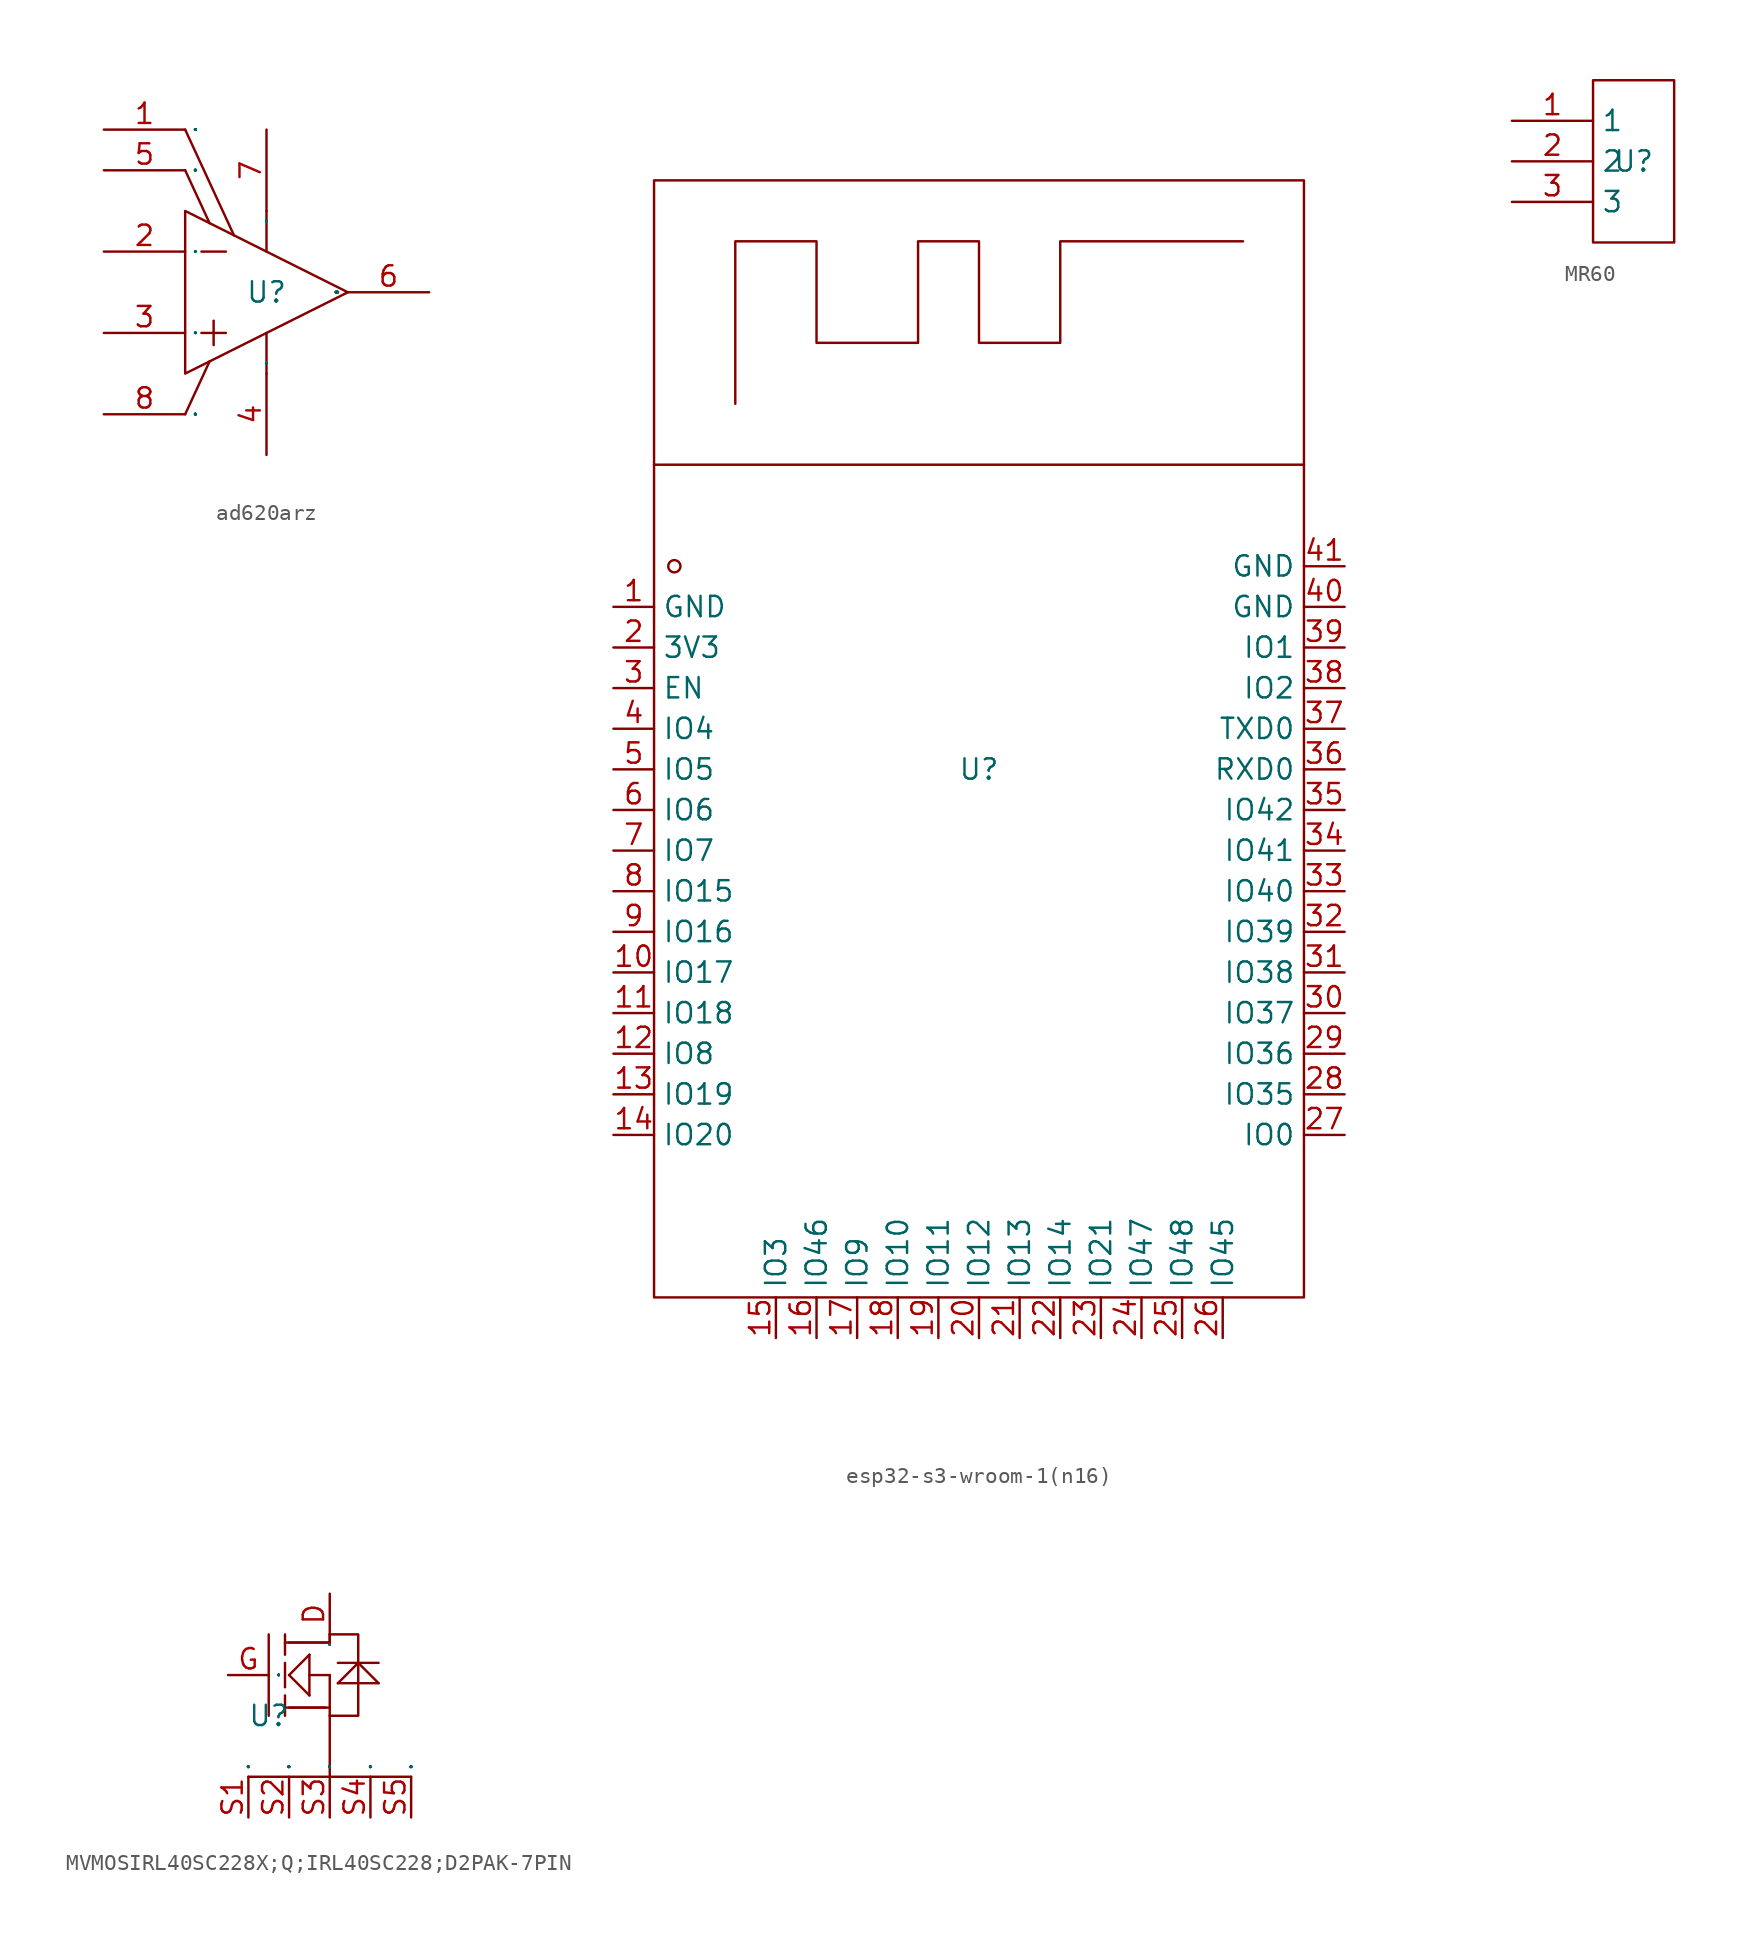
<source format=kicad_sym>
(kicad_symbol_lib
  (version 20231120)
  (generator "kicad_symbol_editor")
  (generator_version "8.0")
  (symbol "ad620arz"
    (property "Reference" "U"
      (at 0 0 0)
      (effects (font (size 1.27 1.27))))
    (property "Value" ""
      (at 0 0 0)
      (effects (font (size 1.27 1.27))))
    (symbol "ad620arz_1_0"
      (polyline (pts (xy -4.064 -2.54) (xy -2.54 -2.54)) (stroke (width 0) (type default)) (fill (type none)))
      (polyline (pts (xy -4.064 2.54) (xy -2.54 2.54)) (stroke (width 0) (type default)) (fill (type none)))
      (polyline (pts (xy -3.556 -4.318) (xy -5.08 -7.62)) (stroke (width 0) (type default)) (fill (type none)))
      (polyline (pts (xy -3.556 4.318) (xy -5.08 7.62)) (stroke (width 0) (type default)) (fill (type none)))
      (polyline (pts (xy -3.302 -1.778) (xy -3.302 -3.302)) (stroke (width 0) (type default)) (fill (type none)))
      (polyline (pts (xy -2.032 3.556) (xy -5.08 10.16)) (stroke (width 0) (type default)) (fill (type none)))
      (polyline (pts (xy 0 -2.54) (xy 0 -5.08)) (stroke (width 0) (type default)) (fill (type none)))
      (polyline (pts (xy 0 5.08) (xy 0 2.54)) (stroke (width 0) (type default)) (fill (type none)))
      (polyline (pts (xy -5.08 -5.08) (xy 5.08 0) (xy 5.08 0) (xy -5.08 5.08) (xy -5.08 5.08) (xy -5.08 -5.08)) (stroke (width 0) (type default)) (fill (type none)))
      (pin unspecified line (at -10.16 10.16 0) (length 5.08) (name "RG" (effects (font (size 0.025 0.025)))) (number "1" (effects (font (size 1.27 1.27)))))
      (pin unspecified line (at -10.16 2.54 0) (length 5.08) (name "IN-" (effects (font (size 0.025 0.025)))) (number "2" (effects (font (size 1.27 1.27)))))
      (pin unspecified line (at -10.16 -2.54 0) (length 5.08) (name "IN+" (effects (font (size 0.025 0.025)))) (number "3" (effects (font (size 1.27 1.27)))))
      (pin unspecified line (at 0 -10.16 90) (length 5.08) (name "–VS" (effects (font (size 0.025 0.025)))) (number "4" (effects (font (size 1.27 1.27)))))
      (pin unspecified line (at -10.16 7.62 0) (length 5.08) (name "REF" (effects (font (size 0.025 0.025)))) (number "5" (effects (font (size 1.27 1.27)))))
      (pin output line (at 10.16 0 180) (length 5.08) (name "OUTPUT" (effects (font (size 0.025 0.025)))) (number "6" (effects (font (size 1.27 1.27)))))
      (pin unspecified line (at 0 10.16 270) (length 5.08) (name "+VS" (effects (font (size 0.025 0.025)))) (number "7" (effects (font (size 1.27 1.27)))))
      (pin unspecified line (at -10.16 -7.62 0) (length 5.08) (name "RG" (effects (font (size 0.025 0.025)))) (number "8" (effects (font (size 1.27 1.27)))))))
  (symbol "esp32-s3-wroom-1(n16)"
    (property "Reference" "U"
      (at 0 0 0)
      (effects (font (size 1.27 1.27))))
    (property "Value" ""
      (at 0 0 0)
      (effects (font (size 1.27 1.27))))
    (symbol "esp32-s3-wroom-1(n16)_1_0"
      (rectangle (start -20.32 -33.02) (end 20.32 36.83) (stroke (width 0) (type default)) (fill (type none)))
      (circle (center -19.05 12.7) (radius 0.381) (stroke (width 0) (type default)) (fill (type none)))
      (polyline (pts (xy 20.32 19.05) (xy -20.32 19.05)) (stroke (width 0) (type default)) (fill (type none)))
      (polyline (pts (xy -15.24 22.86) (xy -15.24 33.02) (xy -15.24 33.02) (xy -10.16 33.02) (xy -10.16 33.02) (xy -10.16 26.67) (xy -10.16 26.67) (xy -3.81 26.67) (xy -3.81 26.67) (xy -3.81 33.02) (xy -3.81 33.02) (xy 0 33.02) (xy 0 33.02) (xy 0 26.67) (xy 0 26.67) (xy 5.08 26.67) (xy 5.08 26.67) (xy 5.08 33.02) (xy 5.08 33.02) (xy 16.51 33.02)) (stroke (width 0) (type default)) (fill (type none)))
      (pin unspecified line (at -22.86 10.16 0) (length 2.54) (name "GND" (effects (font (size 1.27 1.27)))) (number "1" (effects (font (size 1.27 1.27)))))
      (pin unspecified line (at -22.86 -12.7 0) (length 2.54) (name "IO17" (effects (font (size 1.27 1.27)))) (number "10" (effects (font (size 1.27 1.27)))))
      (pin unspecified line (at -22.86 -15.24 0) (length 2.54) (name "IO18" (effects (font (size 1.27 1.27)))) (number "11" (effects (font (size 1.27 1.27)))))
      (pin unspecified line (at -22.86 -17.78 0) (length 2.54) (name "IO8" (effects (font (size 1.27 1.27)))) (number "12" (effects (font (size 1.27 1.27)))))
      (pin unspecified line (at -22.86 -20.32 0) (length 2.54) (name "IO19" (effects (font (size 1.27 1.27)))) (number "13" (effects (font (size 1.27 1.27)))))
      (pin unspecified line (at -22.86 -22.86 0) (length 2.54) (name "IO20" (effects (font (size 1.27 1.27)))) (number "14" (effects (font (size 1.27 1.27)))))
      (pin unspecified line (at -12.7 -35.56 90) (length 2.54) (name "IO3" (effects (font (size 1.27 1.27)))) (number "15" (effects (font (size 1.27 1.27)))))
      (pin unspecified line (at -10.16 -35.56 90) (length 2.54) (name "IO46" (effects (font (size 1.27 1.27)))) (number "16" (effects (font (size 1.27 1.27)))))
      (pin unspecified line (at -7.62 -35.56 90) (length 2.54) (name "IO9" (effects (font (size 1.27 1.27)))) (number "17" (effects (font (size 1.27 1.27)))))
      (pin unspecified line (at -5.08 -35.56 90) (length 2.54) (name "IO10" (effects (font (size 1.27 1.27)))) (number "18" (effects (font (size 1.27 1.27)))))
      (pin unspecified line (at -2.54 -35.56 90) (length 2.54) (name "IO11" (effects (font (size 1.27 1.27)))) (number "19" (effects (font (size 1.27 1.27)))))
      (pin unspecified line (at -22.86 7.62 0) (length 2.54) (name "3V3" (effects (font (size 1.27 1.27)))) (number "2" (effects (font (size 1.27 1.27)))))
      (pin unspecified line (at 0 -35.56 90) (length 2.54) (name "IO12" (effects (font (size 1.27 1.27)))) (number "20" (effects (font (size 1.27 1.27)))))
      (pin unspecified line (at 2.54 -35.56 90) (length 2.54) (name "IO13" (effects (font (size 1.27 1.27)))) (number "21" (effects (font (size 1.27 1.27)))))
      (pin unspecified line (at 5.08 -35.56 90) (length 2.54) (name "IO14" (effects (font (size 1.27 1.27)))) (number "22" (effects (font (size 1.27 1.27)))))
      (pin unspecified line (at 7.62 -35.56 90) (length 2.54) (name "IO21" (effects (font (size 1.27 1.27)))) (number "23" (effects (font (size 1.27 1.27)))))
      (pin unspecified line (at 10.16 -35.56 90) (length 2.54) (name "IO47" (effects (font (size 1.27 1.27)))) (number "24" (effects (font (size 1.27 1.27)))))
      (pin unspecified line (at 12.7 -35.56 90) (length 2.54) (name "IO48" (effects (font (size 1.27 1.27)))) (number "25" (effects (font (size 1.27 1.27)))))
      (pin unspecified line (at 15.24 -35.56 90) (length 2.54) (name "IO45" (effects (font (size 1.27 1.27)))) (number "26" (effects (font (size 1.27 1.27)))))
      (pin unspecified line (at 22.86 -22.86 180) (length 2.54) (name "IO0" (effects (font (size 1.27 1.27)))) (number "27" (effects (font (size 1.27 1.27)))))
      (pin unspecified line (at 22.86 -20.32 180) (length 2.54) (name "IO35" (effects (font (size 1.27 1.27)))) (number "28" (effects (font (size 1.27 1.27)))))
      (pin unspecified line (at 22.86 -17.78 180) (length 2.54) (name "IO36" (effects (font (size 1.27 1.27)))) (number "29" (effects (font (size 1.27 1.27)))))
      (pin unspecified line (at -22.86 5.08 0) (length 2.54) (name "EN" (effects (font (size 1.27 1.27)))) (number "3" (effects (font (size 1.27 1.27)))))
      (pin unspecified line (at 22.86 -15.24 180) (length 2.54) (name "IO37" (effects (font (size 1.27 1.27)))) (number "30" (effects (font (size 1.27 1.27)))))
      (pin unspecified line (at 22.86 -12.7 180) (length 2.54) (name "IO38" (effects (font (size 1.27 1.27)))) (number "31" (effects (font (size 1.27 1.27)))))
      (pin unspecified line (at 22.86 -10.16 180) (length 2.54) (name "IO39" (effects (font (size 1.27 1.27)))) (number "32" (effects (font (size 1.27 1.27)))))
      (pin unspecified line (at 22.86 -7.62 180) (length 2.54) (name "IO40" (effects (font (size 1.27 1.27)))) (number "33" (effects (font (size 1.27 1.27)))))
      (pin unspecified line (at 22.86 -5.08 180) (length 2.54) (name "IO41" (effects (font (size 1.27 1.27)))) (number "34" (effects (font (size 1.27 1.27)))))
      (pin unspecified line (at 22.86 -2.54 180) (length 2.54) (name "IO42" (effects (font (size 1.27 1.27)))) (number "35" (effects (font (size 1.27 1.27)))))
      (pin unspecified line (at 22.86 0 180) (length 2.54) (name "RXD0" (effects (font (size 1.27 1.27)))) (number "36" (effects (font (size 1.27 1.27)))))
      (pin unspecified line (at 22.86 2.54 180) (length 2.54) (name "TXD0" (effects (font (size 1.27 1.27)))) (number "37" (effects (font (size 1.27 1.27)))))
      (pin unspecified line (at 22.86 5.08 180) (length 2.54) (name "IO2" (effects (font (size 1.27 1.27)))) (number "38" (effects (font (size 1.27 1.27)))))
      (pin unspecified line (at 22.86 7.62 180) (length 2.54) (name "IO1" (effects (font (size 1.27 1.27)))) (number "39" (effects (font (size 1.27 1.27)))))
      (pin unspecified line (at -22.86 2.54 0) (length 2.54) (name "IO4" (effects (font (size 1.27 1.27)))) (number "4" (effects (font (size 1.27 1.27)))))
      (pin unspecified line (at 22.86 10.16 180) (length 2.54) (name "GND" (effects (font (size 1.27 1.27)))) (number "40" (effects (font (size 1.27 1.27)))))
      (pin unspecified line (at 22.86 12.7 180) (length 2.54) (name "GND" (effects (font (size 1.27 1.27)))) (number "41" (effects (font (size 1.27 1.27)))))
      (pin unspecified line (at -22.86 0 0) (length 2.54) (name "IO5" (effects (font (size 1.27 1.27)))) (number "5" (effects (font (size 1.27 1.27)))))
      (pin unspecified line (at -22.86 -2.54 0) (length 2.54) (name "IO6" (effects (font (size 1.27 1.27)))) (number "6" (effects (font (size 1.27 1.27)))))
      (pin unspecified line (at -22.86 -5.08 0) (length 2.54) (name "IO7" (effects (font (size 1.27 1.27)))) (number "7" (effects (font (size 1.27 1.27)))))
      (pin unspecified line (at -22.86 -7.62 0) (length 2.54) (name "IO15" (effects (font (size 1.27 1.27)))) (number "8" (effects (font (size 1.27 1.27)))))
      (pin unspecified line (at -22.86 -10.16 0) (length 2.54) (name "IO16" (effects (font (size 1.27 1.27)))) (number "9" (effects (font (size 1.27 1.27)))))))
  (symbol "MR60"
    (property "Reference" "U"
      (at 0 0 0)
      (effects (font (size 1.27 1.27))))
    (property "Value" ""
      (at 0 0 0)
      (effects (font (size 1.27 1.27))))
    (symbol "MR60_1_0"
      (rectangle (start -2.54 -5.08) (end 2.54 5.08) (stroke (width 0) (type default)) (fill (type none)))
      (pin unspecified line (at -7.62 2.54 0) (length 5.08) (name "1" (effects (font (size 1.27 1.27)))) (number "1" (effects (font (size 1.27 1.27)))))
      (pin unspecified line (at -7.62 0 0) (length 5.08) (name "2" (effects (font (size 1.27 1.27)))) (number "2" (effects (font (size 1.27 1.27)))))
      (pin unspecified line (at -7.62 -2.54 0) (length 5.08) (name "3" (effects (font (size 1.27 1.27)))) (number "3" (effects (font (size 1.27 1.27)))))))
  (symbol "MVMOSIRL40SC228X;Q;IRL40SC228;D2PAK-7PIN"
    (property "Reference" "U"
      (at 0 0 0)
      (effects (font (size 1.27 1.27))))
    (symbol "MVMOSIRL40SC228X;Q;IRL40SC228;D2PAK-7PIN_1_0"
      (polyline (pts (xy -1.27 -3.81) (xy 8.89 -3.81)) (stroke (width 0) (type default)) (fill (type none)))
      (polyline (pts (xy 0 0) (xy 0 5.08)) (stroke (width 0) (type default)) (fill (type none)))
      (polyline (pts (xy 1.016 0.508) (xy 3.81 0.508)) (stroke (width 0) (type default)) (fill (type none)))
      (polyline (pts (xy 1.016 1.27) (xy 1.016 0)) (stroke (width 0) (type default)) (fill (type none)))
      (polyline (pts (xy 1.016 3.302) (xy 1.016 1.778)) (stroke (width 0) (type default)) (fill (type none)))
      (polyline (pts (xy 1.016 5.08) (xy 1.016 3.81)) (stroke (width 0) (type default)) (fill (type none)))
      (polyline (pts (xy 1.27 0.508) (xy 3.556 0.508)) (stroke (width 0) (type default)) (fill (type none)))
      (polyline (pts (xy 1.27 2.54) (xy 2.54 1.27)) (stroke (width 0) (type default)) (fill (type none)))
      (polyline (pts (xy 2.54 1.27) (xy 2.54 3.81)) (stroke (width 0) (type default)) (fill (type none)))
      (polyline (pts (xy 2.54 3.81) (xy 1.27 2.54)) (stroke (width 0) (type default)) (fill (type none)))
      (polyline (pts (xy 3.81 0) (xy 3.81 -3.81)) (stroke (width 0) (type default)) (fill (type none)))
      (polyline (pts (xy 3.81 2.54) (xy 2.54 2.54)) (stroke (width 0) (type default)) (fill (type none)))
      (polyline (pts (xy 3.81 2.54) (xy 3.81 0)) (stroke (width 0) (type default)) (fill (type none)))
      (polyline (pts (xy 3.81 4.572) (xy 1.016 4.572)) (stroke (width 0) (type default)) (fill (type none)))
      (polyline (pts (xy 3.81 4.572) (xy 1.27 4.572)) (stroke (width 0) (type default)) (fill (type none)))
      (polyline (pts (xy 3.81 5.08) (xy 3.81 4.572)) (stroke (width 0) (type default)) (fill (type none)))
      (polyline (pts (xy 3.81 5.08) (xy 3.81 4.572)) (stroke (width 0) (type default)) (fill (type none)))
      (polyline (pts (xy 4.318 2.032) (xy 5.588 3.302)) (stroke (width 0) (type default)) (fill (type none)))
      (polyline (pts (xy 5.588 3.302) (xy 6.858 2.032)) (stroke (width 0) (type default)) (fill (type none)))
      (polyline (pts (xy 6.858 2.032) (xy 4.318 2.032)) (stroke (width 0) (type default)) (fill (type none)))
      (polyline (pts (xy 6.858 3.302) (xy 4.318 3.302)) (stroke (width 0) (type default)) (fill (type none)))
      (polyline (pts (xy 3.81 0) (xy 5.588 0) (xy 5.588 0) (xy 5.588 5.08) (xy 5.588 5.08) (xy 3.81 5.08)) (stroke (width 0) (type default)) (fill (type none)))
      (pin unspecified line (at 3.81 7.62 270) (length 2.54) (name "D" (effects (font (size 0.025 0.025)))) (number "D" (effects (font (size 1.27 1.27)))))
      (pin unspecified line (at -2.54 2.54 0) (length 2.54) (name "G" (effects (font (size 0.025 0.025)))) (number "G" (effects (font (size 1.27 1.27)))))
      (pin unspecified line (at -1.27 -6.35 90) (length 2.54) (name "S1" (effects (font (size 0.025 0.025)))) (number "S1" (effects (font (size 1.27 1.27)))))
      (pin unspecified line (at 1.27 -6.35 90) (length 2.54) (name "S2" (effects (font (size 0.025 0.025)))) (number "S2" (effects (font (size 1.27 1.27)))))
      (pin unspecified line (at 3.81 -6.35 90) (length 2.54) (name "S3" (effects (font (size 0.025 0.025)))) (number "S3" (effects (font (size 1.27 1.27)))))
      (pin unspecified line (at 6.35 -6.35 90) (length 2.54) (name "S4" (effects (font (size 0.025 0.025)))) (number "S4" (effects (font (size 1.27 1.27)))))
      (pin unspecified line (at 8.89 -6.35 90) (length 2.54) (name "S5" (effects (font (size 0.025 0.025)))) (number "S5" (effects (font (size 1.27 1.27))))))))
</source>
